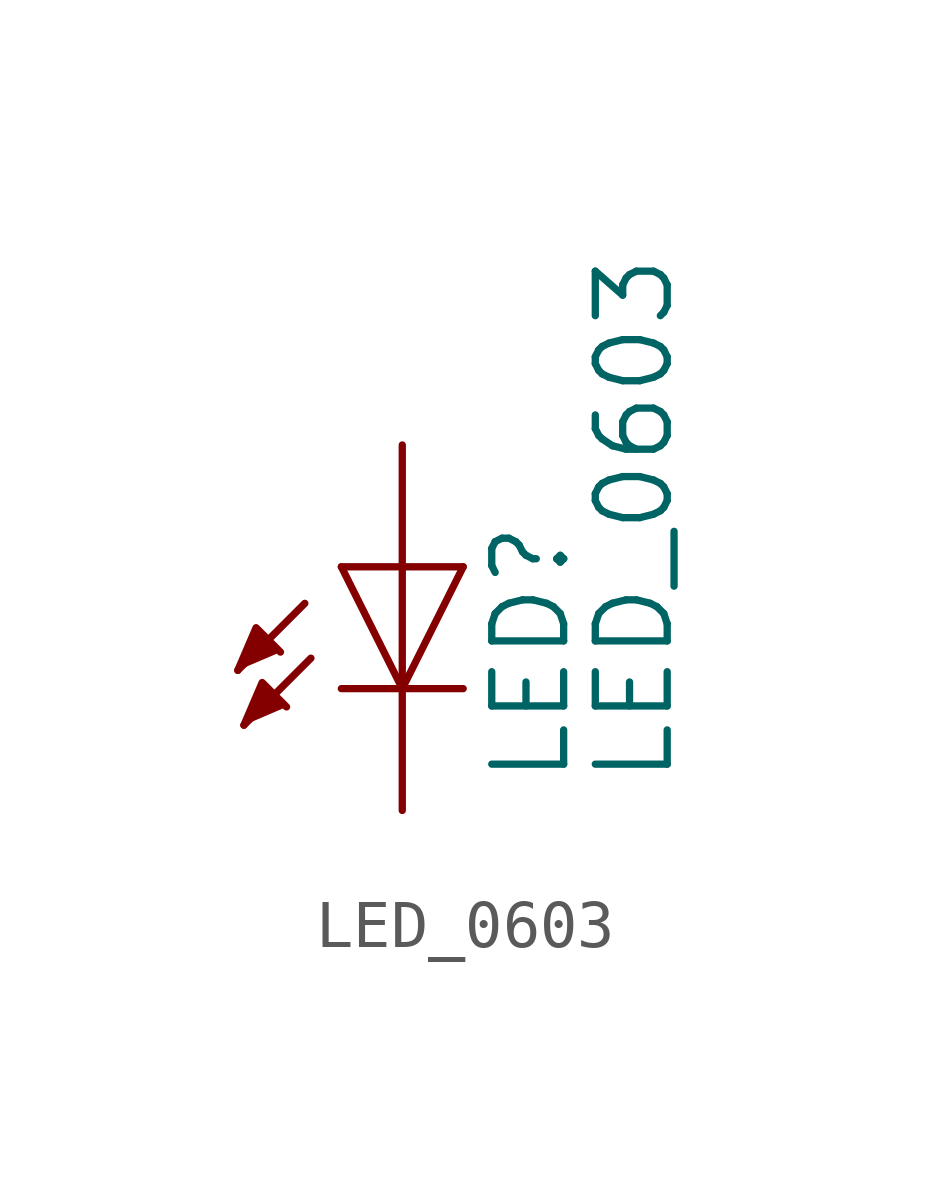
<source format=kicad_sym>
(kicad_symbol_lib
  (version 20211014)
  (generator kicad_symbol_editor)
  (symbol "LED_0603"
    (pin_names
      (offset 1.016))
    (property "Reference" "LED"
      (at 3.556 -4.572 90)
      (effects (font (size 1.499 1.499)) (justify left bottom)))
    (property "Value" "LED_0603"
      (at 5.715 -4.572 90)
      (effects (font (size 1.499 1.499)) (justify left bottom)))
    (property "ki_locked" ""
      (at 0 0 0)
      (effects (font (size 1.27 1.27))))
    (symbol "LED_0603_1_0"
      (polyline (pts (xy -2.032 -0.762) (xy -3.429 -2.159)) (stroke (width 0) (type default) (color 0 0 0 0)) (fill (type none)))
      (polyline (pts (xy -1.905 -1.905) (xy -3.302 -3.302)) (stroke (width 0) (type default) (color 0 0 0 0)) (fill (type none)))
      (polyline (pts (xy 0 -2.54) (xy -1.27 -2.54)) (stroke (width 0) (type default) (color 0 0 0 0)) (fill (type none)))
      (polyline (pts (xy 0 -2.54) (xy -1.27 0)) (stroke (width 0) (type default) (color 0 0 0 0)) (fill (type none)))
      (polyline (pts (xy 0 0) (xy -1.27 0)) (stroke (width 0) (type default) (color 0 0 0 0)) (fill (type none)))
      (polyline (pts (xy 0 0) (xy 0 -2.54)) (stroke (width 0) (type default) (color 0 0 0 0)) (fill (type none)))
      (polyline (pts (xy 1.27 -2.54) (xy 0 -2.54)) (stroke (width 0) (type default) (color 0 0 0 0)) (fill (type none)))
      (polyline (pts (xy 1.27 0) (xy 0 -2.54)) (stroke (width 0) (type default) (color 0 0 0 0)) (fill (type none)))
      (polyline (pts (xy 1.27 0) (xy 0 0)) (stroke (width 0) (type default) (color 0 0 0 0)) (fill (type none)))
      (polyline (pts (xy -3.429 -2.159) (xy -3.048 -1.27) (xy -2.54 -1.778)) (stroke (width 0) (type default) (color 0 0 0 0)) (fill (type outline)))
      (polyline (pts (xy -3.302 -3.302) (xy -2.921 -2.413) (xy -2.413 -2.921)) (stroke (width 0) (type default) (color 0 0 0 0)) (fill (type outline)))
      (pin passive line (at 0 2.54 270) (length 2.54) (name "A" (effects (font (size 0 0)))) (number "ANODE" (effects (font (size 0 0)))))
      (pin passive line (at 0 -5.08 90) (length 2.54) (name "C" (effects (font (size 0 0)))) (number "CATHODE" (effects (font (size 0 0))))))))
</source>
